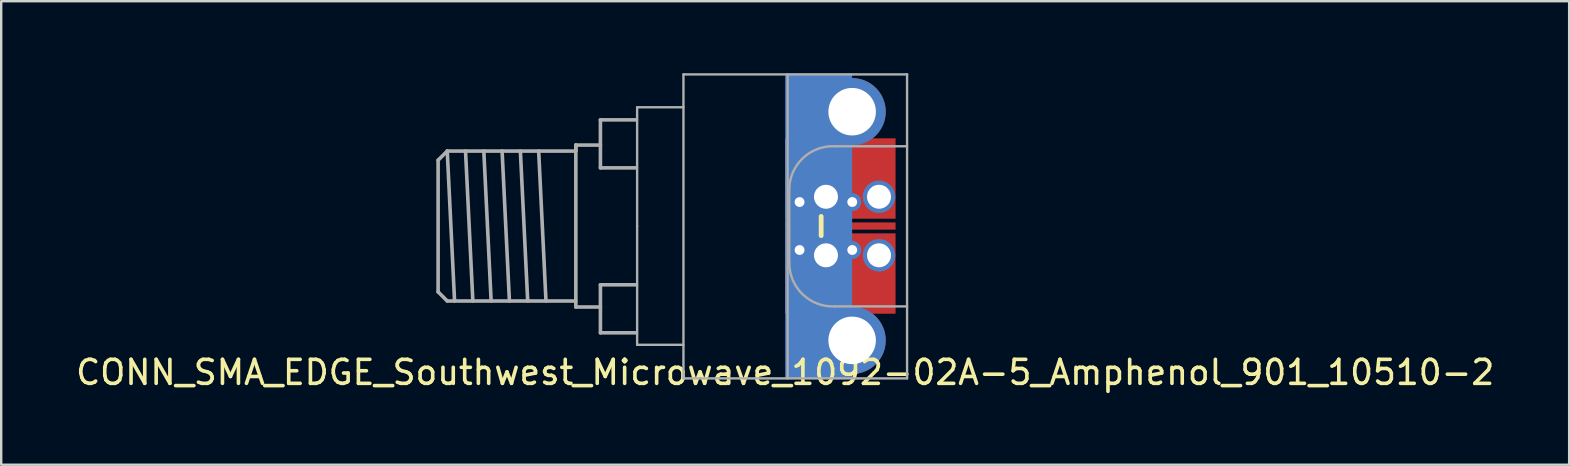
<source format=kicad_pcb>
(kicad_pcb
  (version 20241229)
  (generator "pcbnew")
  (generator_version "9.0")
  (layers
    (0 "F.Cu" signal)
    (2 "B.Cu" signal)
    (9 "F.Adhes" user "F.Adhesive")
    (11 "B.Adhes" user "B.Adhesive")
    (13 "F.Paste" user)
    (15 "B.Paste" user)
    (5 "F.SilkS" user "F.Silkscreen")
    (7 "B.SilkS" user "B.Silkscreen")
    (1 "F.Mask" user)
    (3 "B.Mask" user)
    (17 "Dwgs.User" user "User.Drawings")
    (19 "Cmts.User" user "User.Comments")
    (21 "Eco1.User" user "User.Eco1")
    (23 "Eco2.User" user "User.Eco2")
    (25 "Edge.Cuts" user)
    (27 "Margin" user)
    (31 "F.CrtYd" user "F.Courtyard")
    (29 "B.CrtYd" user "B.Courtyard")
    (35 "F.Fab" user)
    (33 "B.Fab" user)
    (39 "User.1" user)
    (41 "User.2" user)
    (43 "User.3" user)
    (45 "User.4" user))
  (footprint "CONN_SMA_EDGE_Southwest_Microwave_1092-02A-5_Amphenol_901_10510-2"
    (layer "F.Cu")
    (at 29.673 6.37)
    (property "Reference" "CONN_SMA_EDGE_Southwest_Microwave_1092-02A-5_Amphenol_901_10510-2" (at 0 6.1 0) (layer "F.SilkS") (effects (font (size 1 1) (thickness 0.15))))
    (attr through_hole)
    (fp_line (start 1.499 0.4) (end 1.499 -0.4) (stroke (width 0.2) (type solid)) (layer "F.SilkS"))
    (fp_line (start 0 -3.65) (end 0 3.65) (stroke (width 0.01) (type solid)) (layer "Dwgs.User"))
    (fp_line (start -14.465 2.743) (end -14.465 -2.743) (stroke (width 0.15) (type solid)) (layer "F.Fab"))
    (fp_line (start -14.084 -3.124) (end -14.465 -2.743) (stroke (width 0.15) (type solid)) (layer "F.Fab"))
    (fp_line (start -14.084 -3.124) (end -13.779 3.124) (stroke (width 0.15) (type solid)) (layer "F.Fab"))
    (fp_line (start -14.084 3.124) (end -14.465 2.743) (stroke (width 0.15) (type solid)) (layer "F.Fab"))
    (fp_line (start -13.322 -3.124) (end -13.017 3.124) (stroke (width 0.15) (type solid)) (layer "F.Fab"))
    (fp_line (start -12.56 -3.124) (end -12.255 3.124) (stroke (width 0.15) (type solid)) (layer "F.Fab"))
    (fp_line (start -11.798 -3.124) (end -11.493 3.124) (stroke (width 0.15) (type solid)) (layer "F.Fab"))
    (fp_line (start -11.036 -3.124) (end -10.731 3.124) (stroke (width 0.15) (type solid)) (layer "F.Fab"))
    (fp_line (start -10.274 -3.124) (end -9.969 3.124) (stroke (width 0.15) (type solid)) (layer "F.Fab"))
    (fp_line (start -8.725 -3.375) (end -8.725 -3.125) (stroke (width 0.15) (type solid)) (layer "F.Fab"))
    (fp_line (start -8.725 -3.375) (end -8.725 3.375) (stroke (width 0.15) (type solid)) (layer "F.Fab"))
    (fp_line (start -8.725 -3.124) (end -14.084 -3.124) (stroke (width 0.15) (type solid)) (layer "F.Fab"))
    (fp_line (start -8.725 3.124) (end -14.084 3.124) (stroke (width 0.15) (type solid)) (layer "F.Fab"))
    (fp_line (start -7.7 -4.425) (end -6.2 -4.425) (stroke (width 0.15) (type solid)) (layer "F.Fab"))
    (fp_line (start -7.7 -3.375) (end -8.725 -3.375) (stroke (width 0.15) (type solid)) (layer "F.Fab"))
    (fp_line (start -7.7 -2.425) (end -7.7 -4.425) (stroke (width 0.15) (type solid)) (layer "F.Fab"))
    (fp_line (start -7.7 -2.425) (end -6.2 -2.425) (stroke (width 0.15) (type solid)) (layer "F.Fab"))
    (fp_line (start -7.7 2.45) (end -6.2 2.45) (stroke (width 0.15) (type solid)) (layer "F.Fab"))
    (fp_line (start -7.7 3.375) (end -8.725 3.375) (stroke (width 0.15) (type solid)) (layer "F.Fab"))
    (fp_line (start -7.7 4.45) (end -7.7 2.45) (stroke (width 0.15) (type solid)) (layer "F.Fab"))
    (fp_line (start -7.7 4.45) (end -6.2 4.45) (stroke (width 0.15) (type solid)) (layer "F.Fab"))
    (fp_line (start -6.17 -4.95) (end -6.17 0) (stroke (width 0.1) (type solid)) (layer "F.Fab"))
    (fp_line (start -6.17 -4.95) (end -4.24 -4.95) (stroke (width 0.1) (type solid)) (layer "F.Fab"))
    (fp_line (start -6.17 0) (end -6.17 4.95) (stroke (width 0.1) (type solid)) (layer "F.Fab"))
    (fp_line (start -6.17 4.95) (end -4.24 4.95) (stroke (width 0.1) (type solid)) (layer "F.Fab"))
    (fp_line (start -4.24 -6.32) (end -4.24 6.35) (stroke (width 0.1) (type solid)) (layer "F.Fab"))
    (fp_line (start 0.1 6.35) (end 0.1 -6.32) (stroke (width 0.1) (type solid)) (layer "F.Fab"))
    (fp_line (start 0.169 1.535) (end 0.169 -1.51) (stroke (width 0.1) (type solid)) (layer "F.Fab"))
    (fp_line (start 2.075 -3.325) (end 5.075 -3.325) (stroke (width 0.1) (type solid)) (layer "F.Fab"))
    (fp_line (start 2.075 3.35) (end 5.075 3.35) (stroke (width 0.1) (type solid)) (layer "F.Fab"))
    (fp_line (start 5.08 -6.32) (end -4.24 -6.32) (stroke (width 0.1) (type solid)) (layer "F.Fab"))
    (fp_line (start 5.08 -6.32) (end 5.08 6.35) (stroke (width 0.1) (type solid)) (layer "F.Fab"))
    (fp_line (start 5.08 6.35) (end -4.24 6.35) (stroke (width 0.1) (type solid)) (layer "F.Fab"))
    (fp_arc (start 0.168778 -1.509837) (mid 0.733081 -2.825731) (end 2.075 -3.325) (stroke (width 0.1) (type solid)) (layer "F.Fab"))
    (fp_arc (start 2.075 3.35) (mid 0.733081 2.850731) (end 0.168778 1.534837) (stroke (width 0.1) (type solid)) (layer "F.Fab"))
    (pad "" smd rect (at 0.75 0) (size 1.5 0.3) (layers "F.Paste"))
    (pad "1" smd rect (at 0.445 0 90) (size 0.203 0.762) (layers "F.Cu" "F.Mask" "F.Paste"))
    (pad "1" smd rect (at 2.3 0) (size 4.6 0.3) (layers "F.Cu" "F.Mask"))
    (pad "2" thru_hole circle (at 0.6 -1) (size 0.75 0.75) (drill 0.41) (layers "*.Cu" "*.Mask"))
    (pad "2" thru_hole circle (at 0.6 0.999) (size 0.75 0.75) (drill 0.41) (layers "*.Cu" "*.Mask"))
    (pad "2" smd rect (at 1.395 0 90) (size 12.7 2.79) (layers "B.Cu" "B.Mask" "B.Paste"))
    (pad "2" thru_hole circle (at 1.7 -1.22) (size 1.35 1.35) (drill 1) (layers "*.Cu" "*.Mask"))
    (pad "2" thru_hole circle (at 1.7 1.22) (size 1.35 1.35) (drill 1) (layers "*.Cu" "*.Mask"))
    (pad "2" smd rect (at 2.3 -1.98) (size 4.6 3.35) (layers "F.Cu" "F.Mask" "F.Paste"))
    (pad "2" smd rect (at 2.3 1.98) (size 4.6 3.35) (layers "F.Cu" "F.Mask" "F.Paste"))
    (pad "2" thru_hole circle (at 2.79 -4.765 90) (size 2.8 2.8) (drill 1.98) (layers "*.Cu" "*.Mask"))
    (pad "2" thru_hole circle (at 2.79 4.765 90) (size 2.8 2.8) (drill 1.98) (layers "*.Cu" "*.Mask"))
    (pad "2" thru_hole circle (at 2.795 -1) (size 0.75 0.75) (drill 0.41) (layers "*.Cu" "*.Mask"))
    (pad "2" thru_hole circle (at 2.795 0.999) (size 0.75 0.75) (drill 0.41) (layers "*.Cu" "*.Mask"))
    (pad "2" thru_hole circle (at 3.91 -1.22) (size 1.35 1.35) (drill 1) (layers "*.Cu" "*.Mask"))
    (pad "2" thru_hole circle (at 3.91 1.22) (size 1.35 1.35) (drill 1) (layers "*.Cu" "*.Mask")))
  (gr_rect
    (start -3 -3)
    (end 62.345 16.318)
    (stroke (width 0.1) (type default))
    (fill no)
    (layer "Edge.Cuts")))
</source>
